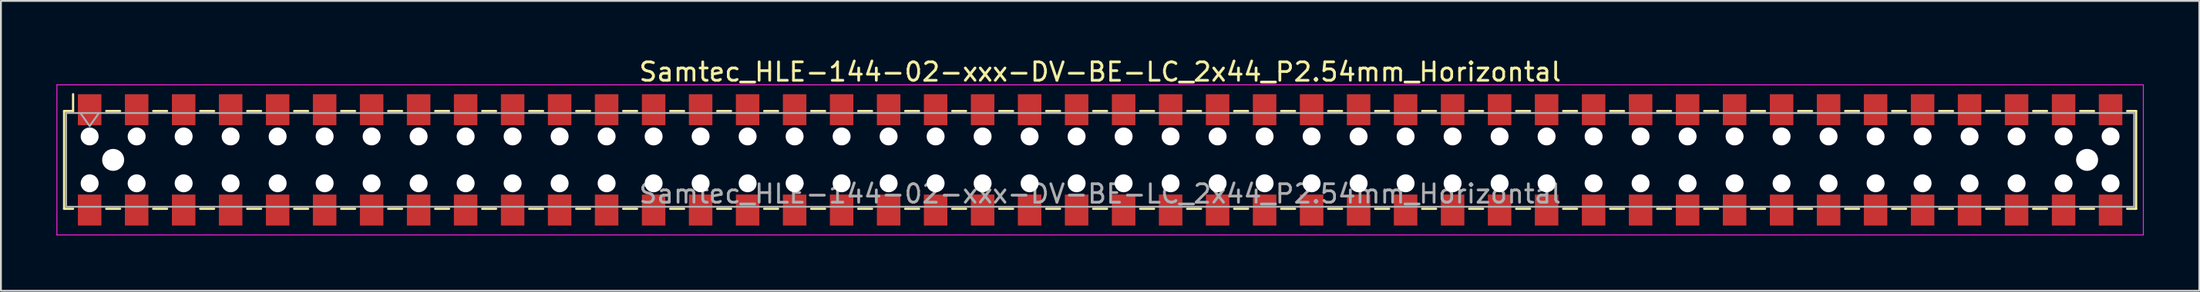
<source format=kicad_pcb>
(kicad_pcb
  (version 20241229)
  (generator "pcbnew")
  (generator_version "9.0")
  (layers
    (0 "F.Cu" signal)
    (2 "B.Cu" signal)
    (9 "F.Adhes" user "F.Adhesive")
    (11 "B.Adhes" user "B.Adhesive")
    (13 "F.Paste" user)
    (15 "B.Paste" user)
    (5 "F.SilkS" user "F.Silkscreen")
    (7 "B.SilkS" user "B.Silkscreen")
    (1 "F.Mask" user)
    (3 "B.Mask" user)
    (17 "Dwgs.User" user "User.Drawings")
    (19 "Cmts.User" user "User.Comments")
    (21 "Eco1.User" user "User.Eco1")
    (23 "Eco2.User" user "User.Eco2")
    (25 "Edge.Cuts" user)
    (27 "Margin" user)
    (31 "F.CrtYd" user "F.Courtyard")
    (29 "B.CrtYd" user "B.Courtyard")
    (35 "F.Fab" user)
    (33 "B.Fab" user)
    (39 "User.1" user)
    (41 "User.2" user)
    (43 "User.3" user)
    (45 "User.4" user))
  (footprint "Samtec_HLE-144-02-xxx-DV-BE-LC_2x44_P2.54mm_Horizontal"
    (layer "F.Cu")
    (at 56.405 5.618)
    (property "Reference" "Samtec_HLE-144-02-xxx-DV-BE-LC_2x44_P2.54mm_Horizontal" (at 0 -4.77 0) (layer "F.SilkS") (effects (font (size 1 1) (thickness 0.15))))
    (attr smd)
    (fp_line (start -55.99 -2.65) (end -55.99 2.65) (stroke (width 0.12) (type solid)) (layer "F.SilkS"))
    (fp_line (start -55.99 2.65) (end -55.505 2.65) (stroke (width 0.12) (type solid)) (layer "F.SilkS"))
    (fp_line (start -55.505 -3.56) (end -55.505 -2.65) (stroke (width 0.12) (type solid)) (layer "F.SilkS"))
    (fp_line (start -55.505 -2.65) (end -55.99 -2.65) (stroke (width 0.12) (type solid)) (layer "F.SilkS"))
    (fp_line (start -53.715 -2.65) (end -52.965 -2.65) (stroke (width 0.12) (type solid)) (layer "F.SilkS"))
    (fp_line (start -53.715 2.65) (end -52.965 2.65) (stroke (width 0.12) (type solid)) (layer "F.SilkS"))
    (fp_line (start -51.175 -2.65) (end -50.425 -2.65) (stroke (width 0.12) (type solid)) (layer "F.SilkS"))
    (fp_line (start -51.175 2.65) (end -50.425 2.65) (stroke (width 0.12) (type solid)) (layer "F.SilkS"))
    (fp_line (start -48.635 -2.65) (end -47.885 -2.65) (stroke (width 0.12) (type solid)) (layer "F.SilkS"))
    (fp_line (start -48.635 2.65) (end -47.885 2.65) (stroke (width 0.12) (type solid)) (layer "F.SilkS"))
    (fp_line (start -46.095 -2.65) (end -45.345 -2.65) (stroke (width 0.12) (type solid)) (layer "F.SilkS"))
    (fp_line (start -46.095 2.65) (end -45.345 2.65) (stroke (width 0.12) (type solid)) (layer "F.SilkS"))
    (fp_line (start -43.555 -2.65) (end -42.805 -2.65) (stroke (width 0.12) (type solid)) (layer "F.SilkS"))
    (fp_line (start -43.555 2.65) (end -42.805 2.65) (stroke (width 0.12) (type solid)) (layer "F.SilkS"))
    (fp_line (start -41.015 -2.65) (end -40.265 -2.65) (stroke (width 0.12) (type solid)) (layer "F.SilkS"))
    (fp_line (start -41.015 2.65) (end -40.265 2.65) (stroke (width 0.12) (type solid)) (layer "F.SilkS"))
    (fp_line (start -38.475 -2.65) (end -37.725 -2.65) (stroke (width 0.12) (type solid)) (layer "F.SilkS"))
    (fp_line (start -38.475 2.65) (end -37.725 2.65) (stroke (width 0.12) (type solid)) (layer "F.SilkS"))
    (fp_line (start -35.935 -2.65) (end -35.185 -2.65) (stroke (width 0.12) (type solid)) (layer "F.SilkS"))
    (fp_line (start -35.935 2.65) (end -35.185 2.65) (stroke (width 0.12) (type solid)) (layer "F.SilkS"))
    (fp_line (start -33.395 -2.65) (end -32.645 -2.65) (stroke (width 0.12) (type solid)) (layer "F.SilkS"))
    (fp_line (start -33.395 2.65) (end -32.645 2.65) (stroke (width 0.12) (type solid)) (layer "F.SilkS"))
    (fp_line (start -30.855 -2.65) (end -30.105 -2.65) (stroke (width 0.12) (type solid)) (layer "F.SilkS"))
    (fp_line (start -30.855 2.65) (end -30.105 2.65) (stroke (width 0.12) (type solid)) (layer "F.SilkS"))
    (fp_line (start -28.315 -2.65) (end -27.565 -2.65) (stroke (width 0.12) (type solid)) (layer "F.SilkS"))
    (fp_line (start -28.315 2.65) (end -27.565 2.65) (stroke (width 0.12) (type solid)) (layer "F.SilkS"))
    (fp_line (start -25.775 -2.65) (end -25.025 -2.65) (stroke (width 0.12) (type solid)) (layer "F.SilkS"))
    (fp_line (start -25.775 2.65) (end -25.025 2.65) (stroke (width 0.12) (type solid)) (layer "F.SilkS"))
    (fp_line (start -23.235 -2.65) (end -22.485 -2.65) (stroke (width 0.12) (type solid)) (layer "F.SilkS"))
    (fp_line (start -23.235 2.65) (end -22.485 2.65) (stroke (width 0.12) (type solid)) (layer "F.SilkS"))
    (fp_line (start -20.695 -2.65) (end -19.945 -2.65) (stroke (width 0.12) (type solid)) (layer "F.SilkS"))
    (fp_line (start -20.695 2.65) (end -19.945 2.65) (stroke (width 0.12) (type solid)) (layer "F.SilkS"))
    (fp_line (start -18.155 -2.65) (end -17.405 -2.65) (stroke (width 0.12) (type solid)) (layer "F.SilkS"))
    (fp_line (start -18.155 2.65) (end -17.405 2.65) (stroke (width 0.12) (type solid)) (layer "F.SilkS"))
    (fp_line (start -15.615 -2.65) (end -14.865 -2.65) (stroke (width 0.12) (type solid)) (layer "F.SilkS"))
    (fp_line (start -15.615 2.65) (end -14.865 2.65) (stroke (width 0.12) (type solid)) (layer "F.SilkS"))
    (fp_line (start -13.075 -2.65) (end -12.325 -2.65) (stroke (width 0.12) (type solid)) (layer "F.SilkS"))
    (fp_line (start -13.075 2.65) (end -12.325 2.65) (stroke (width 0.12) (type solid)) (layer "F.SilkS"))
    (fp_line (start -10.535 -2.65) (end -9.785 -2.65) (stroke (width 0.12) (type solid)) (layer "F.SilkS"))
    (fp_line (start -10.535 2.65) (end -9.785 2.65) (stroke (width 0.12) (type solid)) (layer "F.SilkS"))
    (fp_line (start -7.995 -2.65) (end -7.245 -2.65) (stroke (width 0.12) (type solid)) (layer "F.SilkS"))
    (fp_line (start -7.995 2.65) (end -7.245 2.65) (stroke (width 0.12) (type solid)) (layer "F.SilkS"))
    (fp_line (start -5.455 -2.65) (end -4.705 -2.65) (stroke (width 0.12) (type solid)) (layer "F.SilkS"))
    (fp_line (start -5.455 2.65) (end -4.705 2.65) (stroke (width 0.12) (type solid)) (layer "F.SilkS"))
    (fp_line (start -2.915 -2.65) (end -2.165 -2.65) (stroke (width 0.12) (type solid)) (layer "F.SilkS"))
    (fp_line (start -2.915 2.65) (end -2.165 2.65) (stroke (width 0.12) (type solid)) (layer "F.SilkS"))
    (fp_line (start -0.375 -2.65) (end 0.375 -2.65) (stroke (width 0.12) (type solid)) (layer "F.SilkS"))
    (fp_line (start -0.375 2.65) (end 0.375 2.65) (stroke (width 0.12) (type solid)) (layer "F.SilkS"))
    (fp_line (start 2.165 -2.65) (end 2.915 -2.65) (stroke (width 0.12) (type solid)) (layer "F.SilkS"))
    (fp_line (start 2.165 2.65) (end 2.915 2.65) (stroke (width 0.12) (type solid)) (layer "F.SilkS"))
    (fp_line (start 4.705 -2.65) (end 5.455 -2.65) (stroke (width 0.12) (type solid)) (layer "F.SilkS"))
    (fp_line (start 4.705 2.65) (end 5.455 2.65) (stroke (width 0.12) (type solid)) (layer "F.SilkS"))
    (fp_line (start 7.245 -2.65) (end 7.995 -2.65) (stroke (width 0.12) (type solid)) (layer "F.SilkS"))
    (fp_line (start 7.245 2.65) (end 7.995 2.65) (stroke (width 0.12) (type solid)) (layer "F.SilkS"))
    (fp_line (start 9.785 -2.65) (end 10.535 -2.65) (stroke (width 0.12) (type solid)) (layer "F.SilkS"))
    (fp_line (start 9.785 2.65) (end 10.535 2.65) (stroke (width 0.12) (type solid)) (layer "F.SilkS"))
    (fp_line (start 12.325 -2.65) (end 13.075 -2.65) (stroke (width 0.12) (type solid)) (layer "F.SilkS"))
    (fp_line (start 12.325 2.65) (end 13.075 2.65) (stroke (width 0.12) (type solid)) (layer "F.SilkS"))
    (fp_line (start 14.865 -2.65) (end 15.615 -2.65) (stroke (width 0.12) (type solid)) (layer "F.SilkS"))
    (fp_line (start 14.865 2.65) (end 15.615 2.65) (stroke (width 0.12) (type solid)) (layer "F.SilkS"))
    (fp_line (start 17.405 -2.65) (end 18.155 -2.65) (stroke (width 0.12) (type solid)) (layer "F.SilkS"))
    (fp_line (start 17.405 2.65) (end 18.155 2.65) (stroke (width 0.12) (type solid)) (layer "F.SilkS"))
    (fp_line (start 19.945 -2.65) (end 20.695 -2.65) (stroke (width 0.12) (type solid)) (layer "F.SilkS"))
    (fp_line (start 19.945 2.65) (end 20.695 2.65) (stroke (width 0.12) (type solid)) (layer "F.SilkS"))
    (fp_line (start 22.485 -2.65) (end 23.235 -2.65) (stroke (width 0.12) (type solid)) (layer "F.SilkS"))
    (fp_line (start 22.485 2.65) (end 23.235 2.65) (stroke (width 0.12) (type solid)) (layer "F.SilkS"))
    (fp_line (start 25.025 -2.65) (end 25.775 -2.65) (stroke (width 0.12) (type solid)) (layer "F.SilkS"))
    (fp_line (start 25.025 2.65) (end 25.775 2.65) (stroke (width 0.12) (type solid)) (layer "F.SilkS"))
    (fp_line (start 27.565 -2.65) (end 28.315 -2.65) (stroke (width 0.12) (type solid)) (layer "F.SilkS"))
    (fp_line (start 27.565 2.65) (end 28.315 2.65) (stroke (width 0.12) (type solid)) (layer "F.SilkS"))
    (fp_line (start 30.105 -2.65) (end 30.855 -2.65) (stroke (width 0.12) (type solid)) (layer "F.SilkS"))
    (fp_line (start 30.105 2.65) (end 30.855 2.65) (stroke (width 0.12) (type solid)) (layer "F.SilkS"))
    (fp_line (start 32.645 -2.65) (end 33.395 -2.65) (stroke (width 0.12) (type solid)) (layer "F.SilkS"))
    (fp_line (start 32.645 2.65) (end 33.395 2.65) (stroke (width 0.12) (type solid)) (layer "F.SilkS"))
    (fp_line (start 35.185 -2.65) (end 35.935 -2.65) (stroke (width 0.12) (type solid)) (layer "F.SilkS"))
    (fp_line (start 35.185 2.65) (end 35.935 2.65) (stroke (width 0.12) (type solid)) (layer "F.SilkS"))
    (fp_line (start 37.725 -2.65) (end 38.475 -2.65) (stroke (width 0.12) (type solid)) (layer "F.SilkS"))
    (fp_line (start 37.725 2.65) (end 38.475 2.65) (stroke (width 0.12) (type solid)) (layer "F.SilkS"))
    (fp_line (start 40.265 -2.65) (end 41.015 -2.65) (stroke (width 0.12) (type solid)) (layer "F.SilkS"))
    (fp_line (start 40.265 2.65) (end 41.015 2.65) (stroke (width 0.12) (type solid)) (layer "F.SilkS"))
    (fp_line (start 42.805 -2.65) (end 43.555 -2.65) (stroke (width 0.12) (type solid)) (layer "F.SilkS"))
    (fp_line (start 42.805 2.65) (end 43.555 2.65) (stroke (width 0.12) (type solid)) (layer "F.SilkS"))
    (fp_line (start 45.345 -2.65) (end 46.095 -2.65) (stroke (width 0.12) (type solid)) (layer "F.SilkS"))
    (fp_line (start 45.345 2.65) (end 46.095 2.65) (stroke (width 0.12) (type solid)) (layer "F.SilkS"))
    (fp_line (start 47.885 -2.65) (end 48.635 -2.65) (stroke (width 0.12) (type solid)) (layer "F.SilkS"))
    (fp_line (start 47.885 2.65) (end 48.635 2.65) (stroke (width 0.12) (type solid)) (layer "F.SilkS"))
    (fp_line (start 50.425 -2.65) (end 51.175 -2.65) (stroke (width 0.12) (type solid)) (layer "F.SilkS"))
    (fp_line (start 50.425 2.65) (end 51.175 2.65) (stroke (width 0.12) (type solid)) (layer "F.SilkS"))
    (fp_line (start 52.965 -2.65) (end 53.715 -2.65) (stroke (width 0.12) (type solid)) (layer "F.SilkS"))
    (fp_line (start 52.965 2.65) (end 53.715 2.65) (stroke (width 0.12) (type solid)) (layer "F.SilkS"))
    (fp_line (start 55.505 -2.65) (end 55.99 -2.65) (stroke (width 0.12) (type solid)) (layer "F.SilkS"))
    (fp_line (start 55.99 -2.65) (end 55.99 2.65) (stroke (width 0.12) (type solid)) (layer "F.SilkS"))
    (fp_line (start 55.99 2.65) (end 55.505 2.65) (stroke (width 0.12) (type solid)) (layer "F.SilkS"))
    (fp_line (start -56.38 -4.07) (end 56.38 -4.07) (stroke (width 0.05) (type solid)) (layer "F.CrtYd"))
    (fp_line (start -56.38 4.07) (end -56.38 -4.07) (stroke (width 0.05) (type solid)) (layer "F.CrtYd"))
    (fp_line (start 56.38 -4.07) (end 56.38 4.07) (stroke (width 0.05) (type solid)) (layer "F.CrtYd"))
    (fp_line (start 56.38 4.07) (end -56.38 4.07) (stroke (width 0.05) (type solid)) (layer "F.CrtYd"))
    (fp_line (start -55.88 -2.54) (end 55.88 -2.54) (stroke (width 0.1) (type solid)) (layer "F.Fab"))
    (fp_line (start -55.88 2.54) (end -55.88 -2.54) (stroke (width 0.1) (type solid)) (layer "F.Fab"))
    (fp_line (start -55.11 -2.54) (end -54.61 -1.833) (stroke (width 0.1) (type solid)) (layer "F.Fab"))
    (fp_line (start -54.61 -1.833) (end -54.11 -2.54) (stroke (width 0.1) (type solid)) (layer "F.Fab"))
    (fp_line (start 55.88 -2.54) (end 55.88 2.54) (stroke (width 0.1) (type solid)) (layer "F.Fab"))
    (fp_line (start 55.88 2.54) (end -55.88 2.54) (stroke (width 0.1) (type solid)) (layer "F.Fab"))
    (fp_text user "${REFERENCE}" (at 0 1.84 0) (layer "F.Fab") (effects (font (size 1 1) (thickness 0.15))))
    (pad "" np_thru_hole circle (at -54.61 -1.27) (size 0.97 0.97) (drill 0.97) (layers "*.Cu" "*.Mask"))
    (pad "" np_thru_hole circle (at -54.61 1.27) (size 0.97 0.97) (drill 0.97) (layers "*.Cu" "*.Mask"))
    (pad "" np_thru_hole circle (at -53.34 0) (size 1.19 1.19) (drill 1.19) (layers "*.Cu" "*.Mask"))
    (pad "" np_thru_hole circle (at -52.07 -1.27) (size 0.97 0.97) (drill 0.97) (layers "*.Cu" "*.Mask"))
    (pad "" np_thru_hole circle (at -52.07 1.27) (size 0.97 0.97) (drill 0.97) (layers "*.Cu" "*.Mask"))
    (pad "" np_thru_hole circle (at -49.53 -1.27) (size 0.97 0.97) (drill 0.97) (layers "*.Cu" "*.Mask"))
    (pad "" np_thru_hole circle (at -49.53 1.27) (size 0.97 0.97) (drill 0.97) (layers "*.Cu" "*.Mask"))
    (pad "" np_thru_hole circle (at -46.99 -1.27) (size 0.97 0.97) (drill 0.97) (layers "*.Cu" "*.Mask"))
    (pad "" np_thru_hole circle (at -46.99 1.27) (size 0.97 0.97) (drill 0.97) (layers "*.Cu" "*.Mask"))
    (pad "" np_thru_hole circle (at -44.45 -1.27) (size 0.97 0.97) (drill 0.97) (layers "*.Cu" "*.Mask"))
    (pad "" np_thru_hole circle (at -44.45 1.27) (size 0.97 0.97) (drill 0.97) (layers "*.Cu" "*.Mask"))
    (pad "" np_thru_hole circle (at -41.91 -1.27) (size 0.97 0.97) (drill 0.97) (layers "*.Cu" "*.Mask"))
    (pad "" np_thru_hole circle (at -41.91 1.27) (size 0.97 0.97) (drill 0.97) (layers "*.Cu" "*.Mask"))
    (pad "" np_thru_hole circle (at -39.37 -1.27) (size 0.97 0.97) (drill 0.97) (layers "*.Cu" "*.Mask"))
    (pad "" np_thru_hole circle (at -39.37 1.27) (size 0.97 0.97) (drill 0.97) (layers "*.Cu" "*.Mask"))
    (pad "" np_thru_hole circle (at -36.83 -1.27) (size 0.97 0.97) (drill 0.97) (layers "*.Cu" "*.Mask"))
    (pad "" np_thru_hole circle (at -36.83 1.27) (size 0.97 0.97) (drill 0.97) (layers "*.Cu" "*.Mask"))
    (pad "" np_thru_hole circle (at -34.29 -1.27) (size 0.97 0.97) (drill 0.97) (layers "*.Cu" "*.Mask"))
    (pad "" np_thru_hole circle (at -34.29 1.27) (size 0.97 0.97) (drill 0.97) (layers "*.Cu" "*.Mask"))
    (pad "" np_thru_hole circle (at -31.75 -1.27) (size 0.97 0.97) (drill 0.97) (layers "*.Cu" "*.Mask"))
    (pad "" np_thru_hole circle (at -31.75 1.27) (size 0.97 0.97) (drill 0.97) (layers "*.Cu" "*.Mask"))
    (pad "" np_thru_hole circle (at -29.21 -1.27) (size 0.97 0.97) (drill 0.97) (layers "*.Cu" "*.Mask"))
    (pad "" np_thru_hole circle (at -29.21 1.27) (size 0.97 0.97) (drill 0.97) (layers "*.Cu" "*.Mask"))
    (pad "" np_thru_hole circle (at -26.67 -1.27) (size 0.97 0.97) (drill 0.97) (layers "*.Cu" "*.Mask"))
    (pad "" np_thru_hole circle (at -26.67 1.27) (size 0.97 0.97) (drill 0.97) (layers "*.Cu" "*.Mask"))
    (pad "" np_thru_hole circle (at -24.13 -1.27) (size 0.97 0.97) (drill 0.97) (layers "*.Cu" "*.Mask"))
    (pad "" np_thru_hole circle (at -24.13 1.27) (size 0.97 0.97) (drill 0.97) (layers "*.Cu" "*.Mask"))
    (pad "" np_thru_hole circle (at -21.59 -1.27) (size 0.97 0.97) (drill 0.97) (layers "*.Cu" "*.Mask"))
    (pad "" np_thru_hole circle (at -21.59 1.27) (size 0.97 0.97) (drill 0.97) (layers "*.Cu" "*.Mask"))
    (pad "" np_thru_hole circle (at -19.05 -1.27) (size 0.97 0.97) (drill 0.97) (layers "*.Cu" "*.Mask"))
    (pad "" np_thru_hole circle (at -19.05 1.27) (size 0.97 0.97) (drill 0.97) (layers "*.Cu" "*.Mask"))
    (pad "" np_thru_hole circle (at -16.51 -1.27) (size 0.97 0.97) (drill 0.97) (layers "*.Cu" "*.Mask"))
    (pad "" np_thru_hole circle (at -16.51 1.27) (size 0.97 0.97) (drill 0.97) (layers "*.Cu" "*.Mask"))
    (pad "" np_thru_hole circle (at -13.97 -1.27) (size 0.97 0.97) (drill 0.97) (layers "*.Cu" "*.Mask"))
    (pad "" np_thru_hole circle (at -13.97 1.27) (size 0.97 0.97) (drill 0.97) (layers "*.Cu" "*.Mask"))
    (pad "" np_thru_hole circle (at -11.43 -1.27) (size 0.97 0.97) (drill 0.97) (layers "*.Cu" "*.Mask"))
    (pad "" np_thru_hole circle (at -11.43 1.27) (size 0.97 0.97) (drill 0.97) (layers "*.Cu" "*.Mask"))
    (pad "" np_thru_hole circle (at -8.89 -1.27) (size 0.97 0.97) (drill 0.97) (layers "*.Cu" "*.Mask"))
    (pad "" np_thru_hole circle (at -8.89 1.27) (size 0.97 0.97) (drill 0.97) (layers "*.Cu" "*.Mask"))
    (pad "" np_thru_hole circle (at -6.35 -1.27) (size 0.97 0.97) (drill 0.97) (layers "*.Cu" "*.Mask"))
    (pad "" np_thru_hole circle (at -6.35 1.27) (size 0.97 0.97) (drill 0.97) (layers "*.Cu" "*.Mask"))
    (pad "" np_thru_hole circle (at -3.81 -1.27) (size 0.97 0.97) (drill 0.97) (layers "*.Cu" "*.Mask"))
    (pad "" np_thru_hole circle (at -3.81 1.27) (size 0.97 0.97) (drill 0.97) (layers "*.Cu" "*.Mask"))
    (pad "" np_thru_hole circle (at -1.27 -1.27) (size 0.97 0.97) (drill 0.97) (layers "*.Cu" "*.Mask"))
    (pad "" np_thru_hole circle (at -1.27 1.27) (size 0.97 0.97) (drill 0.97) (layers "*.Cu" "*.Mask"))
    (pad "" np_thru_hole circle (at 1.27 -1.27) (size 0.97 0.97) (drill 0.97) (layers "*.Cu" "*.Mask"))
    (pad "" np_thru_hole circle (at 1.27 1.27) (size 0.97 0.97) (drill 0.97) (layers "*.Cu" "*.Mask"))
    (pad "" np_thru_hole circle (at 3.81 -1.27) (size 0.97 0.97) (drill 0.97) (layers "*.Cu" "*.Mask"))
    (pad "" np_thru_hole circle (at 3.81 1.27) (size 0.97 0.97) (drill 0.97) (layers "*.Cu" "*.Mask"))
    (pad "" np_thru_hole circle (at 6.35 -1.27) (size 0.97 0.97) (drill 0.97) (layers "*.Cu" "*.Mask"))
    (pad "" np_thru_hole circle (at 6.35 1.27) (size 0.97 0.97) (drill 0.97) (layers "*.Cu" "*.Mask"))
    (pad "" np_thru_hole circle (at 8.89 -1.27) (size 0.97 0.97) (drill 0.97) (layers "*.Cu" "*.Mask"))
    (pad "" np_thru_hole circle (at 8.89 1.27) (size 0.97 0.97) (drill 0.97) (layers "*.Cu" "*.Mask"))
    (pad "" np_thru_hole circle (at 11.43 -1.27) (size 0.97 0.97) (drill 0.97) (layers "*.Cu" "*.Mask"))
    (pad "" np_thru_hole circle (at 11.43 1.27) (size 0.97 0.97) (drill 0.97) (layers "*.Cu" "*.Mask"))
    (pad "" np_thru_hole circle (at 13.97 -1.27) (size 0.97 0.97) (drill 0.97) (layers "*.Cu" "*.Mask"))
    (pad "" np_thru_hole circle (at 13.97 1.27) (size 0.97 0.97) (drill 0.97) (layers "*.Cu" "*.Mask"))
    (pad "" np_thru_hole circle (at 16.51 -1.27) (size 0.97 0.97) (drill 0.97) (layers "*.Cu" "*.Mask"))
    (pad "" np_thru_hole circle (at 16.51 1.27) (size 0.97 0.97) (drill 0.97) (layers "*.Cu" "*.Mask"))
    (pad "" np_thru_hole circle (at 19.05 -1.27) (size 0.97 0.97) (drill 0.97) (layers "*.Cu" "*.Mask"))
    (pad "" np_thru_hole circle (at 19.05 1.27) (size 0.97 0.97) (drill 0.97) (layers "*.Cu" "*.Mask"))
    (pad "" np_thru_hole circle (at 21.59 -1.27) (size 0.97 0.97) (drill 0.97) (layers "*.Cu" "*.Mask"))
    (pad "" np_thru_hole circle (at 21.59 1.27) (size 0.97 0.97) (drill 0.97) (layers "*.Cu" "*.Mask"))
    (pad "" np_thru_hole circle (at 24.13 -1.27) (size 0.97 0.97) (drill 0.97) (layers "*.Cu" "*.Mask"))
    (pad "" np_thru_hole circle (at 24.13 1.27) (size 0.97 0.97) (drill 0.97) (layers "*.Cu" "*.Mask"))
    (pad "" np_thru_hole circle (at 26.67 -1.27) (size 0.97 0.97) (drill 0.97) (layers "*.Cu" "*.Mask"))
    (pad "" np_thru_hole circle (at 26.67 1.27) (size 0.97 0.97) (drill 0.97) (layers "*.Cu" "*.Mask"))
    (pad "" np_thru_hole circle (at 29.21 -1.27) (size 0.97 0.97) (drill 0.97) (layers "*.Cu" "*.Mask"))
    (pad "" np_thru_hole circle (at 29.21 1.27) (size 0.97 0.97) (drill 0.97) (layers "*.Cu" "*.Mask"))
    (pad "" np_thru_hole circle (at 31.75 -1.27) (size 0.97 0.97) (drill 0.97) (layers "*.Cu" "*.Mask"))
    (pad "" np_thru_hole circle (at 31.75 1.27) (size 0.97 0.97) (drill 0.97) (layers "*.Cu" "*.Mask"))
    (pad "" np_thru_hole circle (at 34.29 -1.27) (size 0.97 0.97) (drill 0.97) (layers "*.Cu" "*.Mask"))
    (pad "" np_thru_hole circle (at 34.29 1.27) (size 0.97 0.97) (drill 0.97) (layers "*.Cu" "*.Mask"))
    (pad "" np_thru_hole circle (at 36.83 -1.27) (size 0.97 0.97) (drill 0.97) (layers "*.Cu" "*.Mask"))
    (pad "" np_thru_hole circle (at 36.83 1.27) (size 0.97 0.97) (drill 0.97) (layers "*.Cu" "*.Mask"))
    (pad "" np_thru_hole circle (at 39.37 -1.27) (size 0.97 0.97) (drill 0.97) (layers "*.Cu" "*.Mask"))
    (pad "" np_thru_hole circle (at 39.37 1.27) (size 0.97 0.97) (drill 0.97) (layers "*.Cu" "*.Mask"))
    (pad "" np_thru_hole circle (at 41.91 -1.27) (size 0.97 0.97) (drill 0.97) (layers "*.Cu" "*.Mask"))
    (pad "" np_thru_hole circle (at 41.91 1.27) (size 0.97 0.97) (drill 0.97) (layers "*.Cu" "*.Mask"))
    (pad "" np_thru_hole circle (at 44.45 -1.27) (size 0.97 0.97) (drill 0.97) (layers "*.Cu" "*.Mask"))
    (pad "" np_thru_hole circle (at 44.45 1.27) (size 0.97 0.97) (drill 0.97) (layers "*.Cu" "*.Mask"))
    (pad "" np_thru_hole circle (at 46.99 -1.27) (size 0.97 0.97) (drill 0.97) (layers "*.Cu" "*.Mask"))
    (pad "" np_thru_hole circle (at 46.99 1.27) (size 0.97 0.97) (drill 0.97) (layers "*.Cu" "*.Mask"))
    (pad "" np_thru_hole circle (at 49.53 -1.27) (size 0.97 0.97) (drill 0.97) (layers "*.Cu" "*.Mask"))
    (pad "" np_thru_hole circle (at 49.53 1.27) (size 0.97 0.97) (drill 0.97) (layers "*.Cu" "*.Mask"))
    (pad "" np_thru_hole circle (at 52.07 -1.27) (size 0.97 0.97) (drill 0.97) (layers "*.Cu" "*.Mask"))
    (pad "" np_thru_hole circle (at 52.07 1.27) (size 0.97 0.97) (drill 0.97) (layers "*.Cu" "*.Mask"))
    (pad "" np_thru_hole circle (at 53.34 0) (size 1.19 1.19) (drill 1.19) (layers "*.Cu" "*.Mask"))
    (pad "" np_thru_hole circle (at 54.61 -1.27) (size 0.97 0.97) (drill 0.97) (layers "*.Cu" "*.Mask"))
    (pad "" np_thru_hole circle (at 54.61 1.27) (size 0.97 0.97) (drill 0.97) (layers "*.Cu" "*.Mask"))
    (pad "1" smd rect (at -54.61 -2.72) (size 1.27 1.68) (layers "F.Cu" "F.Mask" "F.Paste"))
    (pad "2" smd rect (at -54.61 2.72) (size 1.27 1.68) (layers "F.Cu" "F.Mask" "F.Paste"))
    (pad "3" smd rect (at -52.07 -2.72) (size 1.27 1.68) (layers "F.Cu" "F.Mask" "F.Paste"))
    (pad "4" smd rect (at -52.07 2.72) (size 1.27 1.68) (layers "F.Cu" "F.Mask" "F.Paste"))
    (pad "5" smd rect (at -49.53 -2.72) (size 1.27 1.68) (layers "F.Cu" "F.Mask" "F.Paste"))
    (pad "6" smd rect (at -49.53 2.72) (size 1.27 1.68) (layers "F.Cu" "F.Mask" "F.Paste"))
    (pad "7" smd rect (at -46.99 -2.72) (size 1.27 1.68) (layers "F.Cu" "F.Mask" "F.Paste"))
    (pad "8" smd rect (at -46.99 2.72) (size 1.27 1.68) (layers "F.Cu" "F.Mask" "F.Paste"))
    (pad "9" smd rect (at -44.45 -2.72) (size 1.27 1.68) (layers "F.Cu" "F.Mask" "F.Paste"))
    (pad "10" smd rect (at -44.45 2.72) (size 1.27 1.68) (layers "F.Cu" "F.Mask" "F.Paste"))
    (pad "11" smd rect (at -41.91 -2.72) (size 1.27 1.68) (layers "F.Cu" "F.Mask" "F.Paste"))
    (pad "12" smd rect (at -41.91 2.72) (size 1.27 1.68) (layers "F.Cu" "F.Mask" "F.Paste"))
    (pad "13" smd rect (at -39.37 -2.72) (size 1.27 1.68) (layers "F.Cu" "F.Mask" "F.Paste"))
    (pad "14" smd rect (at -39.37 2.72) (size 1.27 1.68) (layers "F.Cu" "F.Mask" "F.Paste"))
    (pad "15" smd rect (at -36.83 -2.72) (size 1.27 1.68) (layers "F.Cu" "F.Mask" "F.Paste"))
    (pad "16" smd rect (at -36.83 2.72) (size 1.27 1.68) (layers "F.Cu" "F.Mask" "F.Paste"))
    (pad "17" smd rect (at -34.29 -2.72) (size 1.27 1.68) (layers "F.Cu" "F.Mask" "F.Paste"))
    (pad "18" smd rect (at -34.29 2.72) (size 1.27 1.68) (layers "F.Cu" "F.Mask" "F.Paste"))
    (pad "19" smd rect (at -31.75 -2.72) (size 1.27 1.68) (layers "F.Cu" "F.Mask" "F.Paste"))
    (pad "20" smd rect (at -31.75 2.72) (size 1.27 1.68) (layers "F.Cu" "F.Mask" "F.Paste"))
    (pad "21" smd rect (at -29.21 -2.72) (size 1.27 1.68) (layers "F.Cu" "F.Mask" "F.Paste"))
    (pad "22" smd rect (at -29.21 2.72) (size 1.27 1.68) (layers "F.Cu" "F.Mask" "F.Paste"))
    (pad "23" smd rect (at -26.67 -2.72) (size 1.27 1.68) (layers "F.Cu" "F.Mask" "F.Paste"))
    (pad "24" smd rect (at -26.67 2.72) (size 1.27 1.68) (layers "F.Cu" "F.Mask" "F.Paste"))
    (pad "25" smd rect (at -24.13 -2.72) (size 1.27 1.68) (layers "F.Cu" "F.Mask" "F.Paste"))
    (pad "26" smd rect (at -24.13 2.72) (size 1.27 1.68) (layers "F.Cu" "F.Mask" "F.Paste"))
    (pad "27" smd rect (at -21.59 -2.72) (size 1.27 1.68) (layers "F.Cu" "F.Mask" "F.Paste"))
    (pad "28" smd rect (at -21.59 2.72) (size 1.27 1.68) (layers "F.Cu" "F.Mask" "F.Paste"))
    (pad "29" smd rect (at -19.05 -2.72) (size 1.27 1.68) (layers "F.Cu" "F.Mask" "F.Paste"))
    (pad "30" smd rect (at -19.05 2.72) (size 1.27 1.68) (layers "F.Cu" "F.Mask" "F.Paste"))
    (pad "31" smd rect (at -16.51 -2.72) (size 1.27 1.68) (layers "F.Cu" "F.Mask" "F.Paste"))
    (pad "32" smd rect (at -16.51 2.72) (size 1.27 1.68) (layers "F.Cu" "F.Mask" "F.Paste"))
    (pad "33" smd rect (at -13.97 -2.72) (size 1.27 1.68) (layers "F.Cu" "F.Mask" "F.Paste"))
    (pad "34" smd rect (at -13.97 2.72) (size 1.27 1.68) (layers "F.Cu" "F.Mask" "F.Paste"))
    (pad "35" smd rect (at -11.43 -2.72) (size 1.27 1.68) (layers "F.Cu" "F.Mask" "F.Paste"))
    (pad "36" smd rect (at -11.43 2.72) (size 1.27 1.68) (layers "F.Cu" "F.Mask" "F.Paste"))
    (pad "37" smd rect (at -8.89 -2.72) (size 1.27 1.68) (layers "F.Cu" "F.Mask" "F.Paste"))
    (pad "38" smd rect (at -8.89 2.72) (size 1.27 1.68) (layers "F.Cu" "F.Mask" "F.Paste"))
    (pad "39" smd rect (at -6.35 -2.72) (size 1.27 1.68) (layers "F.Cu" "F.Mask" "F.Paste"))
    (pad "40" smd rect (at -6.35 2.72) (size 1.27 1.68) (layers "F.Cu" "F.Mask" "F.Paste"))
    (pad "41" smd rect (at -3.81 -2.72) (size 1.27 1.68) (layers "F.Cu" "F.Mask" "F.Paste"))
    (pad "42" smd rect (at -3.81 2.72) (size 1.27 1.68) (layers "F.Cu" "F.Mask" "F.Paste"))
    (pad "43" smd rect (at -1.27 -2.72) (size 1.27 1.68) (layers "F.Cu" "F.Mask" "F.Paste"))
    (pad "44" smd rect (at -1.27 2.72) (size 1.27 1.68) (layers "F.Cu" "F.Mask" "F.Paste"))
    (pad "45" smd rect (at 1.27 -2.72) (size 1.27 1.68) (layers "F.Cu" "F.Mask" "F.Paste"))
    (pad "46" smd rect (at 1.27 2.72) (size 1.27 1.68) (layers "F.Cu" "F.Mask" "F.Paste"))
    (pad "47" smd rect (at 3.81 -2.72) (size 1.27 1.68) (layers "F.Cu" "F.Mask" "F.Paste"))
    (pad "48" smd rect (at 3.81 2.72) (size 1.27 1.68) (layers "F.Cu" "F.Mask" "F.Paste"))
    (pad "49" smd rect (at 6.35 -2.72) (size 1.27 1.68) (layers "F.Cu" "F.Mask" "F.Paste"))
    (pad "50" smd rect (at 6.35 2.72) (size 1.27 1.68) (layers "F.Cu" "F.Mask" "F.Paste"))
    (pad "51" smd rect (at 8.89 -2.72) (size 1.27 1.68) (layers "F.Cu" "F.Mask" "F.Paste"))
    (pad "52" smd rect (at 8.89 2.72) (size 1.27 1.68) (layers "F.Cu" "F.Mask" "F.Paste"))
    (pad "53" smd rect (at 11.43 -2.72) (size 1.27 1.68) (layers "F.Cu" "F.Mask" "F.Paste"))
    (pad "54" smd rect (at 11.43 2.72) (size 1.27 1.68) (layers "F.Cu" "F.Mask" "F.Paste"))
    (pad "55" smd rect (at 13.97 -2.72) (size 1.27 1.68) (layers "F.Cu" "F.Mask" "F.Paste"))
    (pad "56" smd rect (at 13.97 2.72) (size 1.27 1.68) (layers "F.Cu" "F.Mask" "F.Paste"))
    (pad "57" smd rect (at 16.51 -2.72) (size 1.27 1.68) (layers "F.Cu" "F.Mask" "F.Paste"))
    (pad "58" smd rect (at 16.51 2.72) (size 1.27 1.68) (layers "F.Cu" "F.Mask" "F.Paste"))
    (pad "59" smd rect (at 19.05 -2.72) (size 1.27 1.68) (layers "F.Cu" "F.Mask" "F.Paste"))
    (pad "60" smd rect (at 19.05 2.72) (size 1.27 1.68) (layers "F.Cu" "F.Mask" "F.Paste"))
    (pad "61" smd rect (at 21.59 -2.72) (size 1.27 1.68) (layers "F.Cu" "F.Mask" "F.Paste"))
    (pad "62" smd rect (at 21.59 2.72) (size 1.27 1.68) (layers "F.Cu" "F.Mask" "F.Paste"))
    (pad "63" smd rect (at 24.13 -2.72) (size 1.27 1.68) (layers "F.Cu" "F.Mask" "F.Paste"))
    (pad "64" smd rect (at 24.13 2.72) (size 1.27 1.68) (layers "F.Cu" "F.Mask" "F.Paste"))
    (pad "65" smd rect (at 26.67 -2.72) (size 1.27 1.68) (layers "F.Cu" "F.Mask" "F.Paste"))
    (pad "66" smd rect (at 26.67 2.72) (size 1.27 1.68) (layers "F.Cu" "F.Mask" "F.Paste"))
    (pad "67" smd rect (at 29.21 -2.72) (size 1.27 1.68) (layers "F.Cu" "F.Mask" "F.Paste"))
    (pad "68" smd rect (at 29.21 2.72) (size 1.27 1.68) (layers "F.Cu" "F.Mask" "F.Paste"))
    (pad "69" smd rect (at 31.75 -2.72) (size 1.27 1.68) (layers "F.Cu" "F.Mask" "F.Paste"))
    (pad "70" smd rect (at 31.75 2.72) (size 1.27 1.68) (layers "F.Cu" "F.Mask" "F.Paste"))
    (pad "71" smd rect (at 34.29 -2.72) (size 1.27 1.68) (layers "F.Cu" "F.Mask" "F.Paste"))
    (pad "72" smd rect (at 34.29 2.72) (size 1.27 1.68) (layers "F.Cu" "F.Mask" "F.Paste"))
    (pad "73" smd rect (at 36.83 -2.72) (size 1.27 1.68) (layers "F.Cu" "F.Mask" "F.Paste"))
    (pad "74" smd rect (at 36.83 2.72) (size 1.27 1.68) (layers "F.Cu" "F.Mask" "F.Paste"))
    (pad "75" smd rect (at 39.37 -2.72) (size 1.27 1.68) (layers "F.Cu" "F.Mask" "F.Paste"))
    (pad "76" smd rect (at 39.37 2.72) (size 1.27 1.68) (layers "F.Cu" "F.Mask" "F.Paste"))
    (pad "77" smd rect (at 41.91 -2.72) (size 1.27 1.68) (layers "F.Cu" "F.Mask" "F.Paste"))
    (pad "78" smd rect (at 41.91 2.72) (size 1.27 1.68) (layers "F.Cu" "F.Mask" "F.Paste"))
    (pad "79" smd rect (at 44.45 -2.72) (size 1.27 1.68) (layers "F.Cu" "F.Mask" "F.Paste"))
    (pad "80" smd rect (at 44.45 2.72) (size 1.27 1.68) (layers "F.Cu" "F.Mask" "F.Paste"))
    (pad "81" smd rect (at 46.99 -2.72) (size 1.27 1.68) (layers "F.Cu" "F.Mask" "F.Paste"))
    (pad "82" smd rect (at 46.99 2.72) (size 1.27 1.68) (layers "F.Cu" "F.Mask" "F.Paste"))
    (pad "83" smd rect (at 49.53 -2.72) (size 1.27 1.68) (layers "F.Cu" "F.Mask" "F.Paste"))
    (pad "84" smd rect (at 49.53 2.72) (size 1.27 1.68) (layers "F.Cu" "F.Mask" "F.Paste"))
    (pad "85" smd rect (at 52.07 -2.72) (size 1.27 1.68) (layers "F.Cu" "F.Mask" "F.Paste"))
    (pad "86" smd rect (at 52.07 2.72) (size 1.27 1.68) (layers "F.Cu" "F.Mask" "F.Paste"))
    (pad "87" smd rect (at 54.61 -2.72) (size 1.27 1.68) (layers "F.Cu" "F.Mask" "F.Paste"))
    (pad "88" smd rect (at 54.61 2.72) (size 1.27 1.68) (layers "F.Cu" "F.Mask" "F.Paste")))
  (gr_rect
    (start -3 -3)
    (end 115.81 12.713)
    (stroke (width 0.1) (type default))
    (fill no)
    (layer "Edge.Cuts")))
</source>
